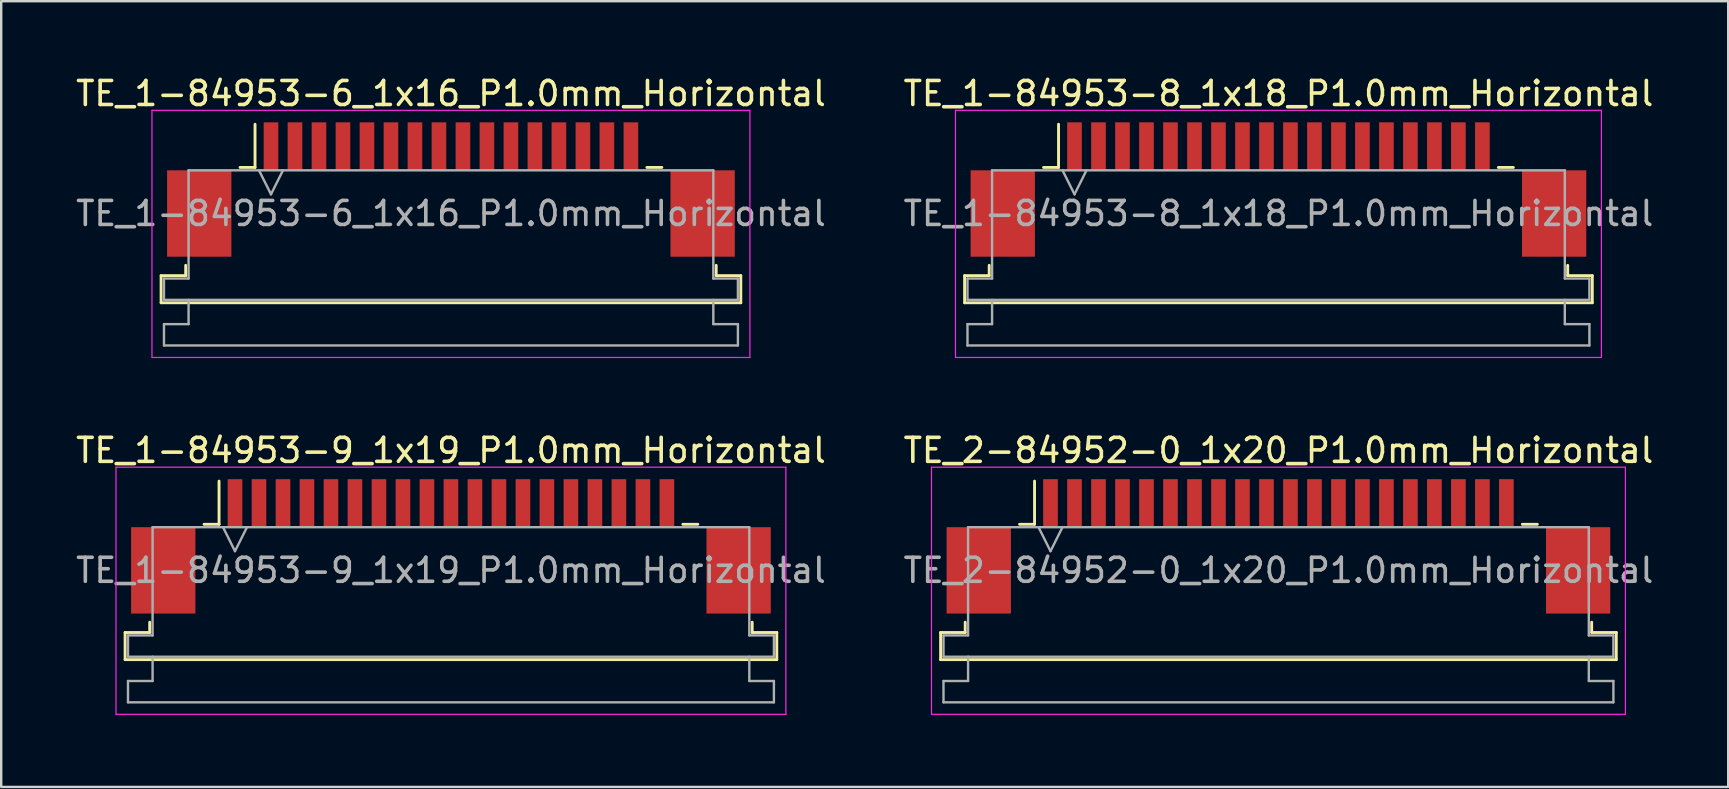
<source format=kicad_pcb>
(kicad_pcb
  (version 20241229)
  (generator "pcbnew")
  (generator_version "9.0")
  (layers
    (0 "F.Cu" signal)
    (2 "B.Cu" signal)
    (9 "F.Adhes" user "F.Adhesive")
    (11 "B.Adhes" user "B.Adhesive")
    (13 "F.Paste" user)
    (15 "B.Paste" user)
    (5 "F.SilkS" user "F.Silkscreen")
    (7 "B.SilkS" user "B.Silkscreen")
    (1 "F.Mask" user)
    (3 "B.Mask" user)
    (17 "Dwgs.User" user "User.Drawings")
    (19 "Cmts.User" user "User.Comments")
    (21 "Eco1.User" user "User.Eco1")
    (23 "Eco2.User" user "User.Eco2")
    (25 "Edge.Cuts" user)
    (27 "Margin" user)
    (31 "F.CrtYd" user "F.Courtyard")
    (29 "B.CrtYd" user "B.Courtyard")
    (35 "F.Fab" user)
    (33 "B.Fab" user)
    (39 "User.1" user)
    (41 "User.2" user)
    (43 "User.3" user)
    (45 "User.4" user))
  (footprint "TE_2-84952-0_1x20_P1.0mm_Horizontal"
    (layer "F.Cu")
    (at 50.232 19.721)
    (property "Reference" "TE_2-84952-0_1x20_P1.0mm_Horizontal" (at 0 -4 0) (layer "F.SilkS") (effects (font (size 1 1) (thickness 0.15))))
    (attr smd)
    (fp_line (start -14.08 3.59) (end -13.055 3.59) (stroke (width 0.12) (type solid)) (layer "F.SilkS"))
    (fp_line (start -14.08 4.72) (end -14.08 3.59) (stroke (width 0.12) (type solid)) (layer "F.SilkS"))
    (fp_line (start -13.055 3.59) (end -13.055 3.16) (stroke (width 0.12) (type solid)) (layer "F.SilkS"))
    (fp_line (start -10.79 -0.92) (end -10.165 -0.92) (stroke (width 0.12) (type solid)) (layer "F.SilkS"))
    (fp_line (start -10.165 -0.92) (end -10.165 -2.72) (stroke (width 0.12) (type solid)) (layer "F.SilkS"))
    (fp_line (start 10.165 -0.92) (end 10.79 -0.92) (stroke (width 0.12) (type solid)) (layer "F.SilkS"))
    (fp_line (start 13.055 3.16) (end 13.055 3.59) (stroke (width 0.12) (type solid)) (layer "F.SilkS"))
    (fp_line (start 13.055 3.59) (end 14.08 3.59) (stroke (width 0.12) (type solid)) (layer "F.SilkS"))
    (fp_line (start 14.08 3.59) (end 14.08 4.72) (stroke (width 0.12) (type solid)) (layer "F.SilkS"))
    (fp_line (start 14.08 4.72) (end -14.08 4.72) (stroke (width 0.12) (type solid)) (layer "F.SilkS"))
    (fp_line (start -14.46 -3.3) (end -14.46 7) (stroke (width 0.05) (type solid)) (layer "F.CrtYd"))
    (fp_line (start -14.46 7) (end 14.46 7) (stroke (width 0.05) (type solid)) (layer "F.CrtYd"))
    (fp_line (start 14.46 -3.3) (end -14.46 -3.3) (stroke (width 0.05) (type solid)) (layer "F.CrtYd"))
    (fp_line (start 14.46 7) (end 14.46 -3.3) (stroke (width 0.05) (type solid)) (layer "F.CrtYd"))
    (fp_line (start -13.96 3.71) (end -12.935 3.71) (stroke (width 0.1) (type solid)) (layer "F.Fab"))
    (fp_line (start -13.96 4.6) (end -13.96 3.71) (stroke (width 0.1) (type solid)) (layer "F.Fab"))
    (fp_line (start -13.96 5.61) (end -12.935 5.61) (stroke (width 0.1) (type solid)) (layer "F.Fab"))
    (fp_line (start -13.96 6.5) (end -13.96 5.61) (stroke (width 0.1) (type solid)) (layer "F.Fab"))
    (fp_line (start -12.935 -0.8) (end 12.935 -0.8) (stroke (width 0.1) (type solid)) (layer "F.Fab"))
    (fp_line (start -12.935 3.71) (end -12.935 -0.8) (stroke (width 0.1) (type solid)) (layer "F.Fab"))
    (fp_line (start -12.935 5.61) (end -12.935 4.6) (stroke (width 0.1) (type solid)) (layer "F.Fab"))
    (fp_line (start -10 -0.8) (end -9.5 0.2) (stroke (width 0.1) (type solid)) (layer "F.Fab"))
    (fp_line (start -9.5 0.2) (end -9 -0.8) (stroke (width 0.1) (type solid)) (layer "F.Fab"))
    (fp_line (start 12.935 -0.8) (end 12.935 3.71) (stroke (width 0.1) (type solid)) (layer "F.Fab"))
    (fp_line (start 12.935 3.71) (end 13.96 3.71) (stroke (width 0.1) (type solid)) (layer "F.Fab"))
    (fp_line (start 12.935 4.6) (end 12.935 5.61) (stroke (width 0.1) (type solid)) (layer "F.Fab"))
    (fp_line (start 12.935 5.61) (end 13.96 5.61) (stroke (width 0.1) (type solid)) (layer "F.Fab"))
    (fp_line (start 13.96 3.71) (end 13.96 4.6) (stroke (width 0.1) (type solid)) (layer "F.Fab"))
    (fp_line (start 13.96 4.6) (end -13.96 4.6) (stroke (width 0.1) (type solid)) (layer "F.Fab"))
    (fp_line (start 13.96 5.61) (end 13.96 6.5) (stroke (width 0.1) (type solid)) (layer "F.Fab"))
    (fp_line (start 13.96 6.5) (end -13.96 6.5) (stroke (width 0.1) (type solid)) (layer "F.Fab"))
    (fp_text user "${REFERENCE}" (at 0 1 0) (layer "F.Fab") (effects (font (size 1 1) (thickness 0.15))))
    (pad "" smd rect (at -12.49 1) (size 2.68 3.6) (layers "F.Cu" "F.Mask" "F.Paste"))
    (pad "" smd rect (at 12.49 1) (size 2.68 3.6) (layers "F.Cu" "F.Mask" "F.Paste"))
    (pad "1" smd rect (at -9.5 -1.8) (size 0.61 2) (layers "F.Cu" "F.Mask" "F.Paste"))
    (pad "2" smd rect (at -8.5 -1.8) (size 0.61 2) (layers "F.Cu" "F.Mask" "F.Paste"))
    (pad "3" smd rect (at -7.5 -1.8) (size 0.61 2) (layers "F.Cu" "F.Mask" "F.Paste"))
    (pad "4" smd rect (at -6.5 -1.8) (size 0.61 2) (layers "F.Cu" "F.Mask" "F.Paste"))
    (pad "5" smd rect (at -5.5 -1.8) (size 0.61 2) (layers "F.Cu" "F.Mask" "F.Paste"))
    (pad "6" smd rect (at -4.5 -1.8) (size 0.61 2) (layers "F.Cu" "F.Mask" "F.Paste"))
    (pad "7" smd rect (at -3.5 -1.8) (size 0.61 2) (layers "F.Cu" "F.Mask" "F.Paste"))
    (pad "8" smd rect (at -2.5 -1.8) (size 0.61 2) (layers "F.Cu" "F.Mask" "F.Paste"))
    (pad "9" smd rect (at -1.5 -1.8) (size 0.61 2) (layers "F.Cu" "F.Mask" "F.Paste"))
    (pad "10" smd rect (at -0.5 -1.8) (size 0.61 2) (layers "F.Cu" "F.Mask" "F.Paste"))
    (pad "11" smd rect (at 0.5 -1.8) (size 0.61 2) (layers "F.Cu" "F.Mask" "F.Paste"))
    (pad "12" smd rect (at 1.5 -1.8) (size 0.61 2) (layers "F.Cu" "F.Mask" "F.Paste"))
    (pad "13" smd rect (at 2.5 -1.8) (size 0.61 2) (layers "F.Cu" "F.Mask" "F.Paste"))
    (pad "14" smd rect (at 3.5 -1.8) (size 0.61 2) (layers "F.Cu" "F.Mask" "F.Paste"))
    (pad "15" smd rect (at 4.5 -1.8) (size 0.61 2) (layers "F.Cu" "F.Mask" "F.Paste"))
    (pad "16" smd rect (at 5.5 -1.8) (size 0.61 2) (layers "F.Cu" "F.Mask" "F.Paste"))
    (pad "17" smd rect (at 6.5 -1.8) (size 0.61 2) (layers "F.Cu" "F.Mask" "F.Paste"))
    (pad "18" smd rect (at 7.5 -1.8) (size 0.61 2) (layers "F.Cu" "F.Mask" "F.Paste"))
    (pad "19" smd rect (at 8.5 -1.8) (size 0.61 2) (layers "F.Cu" "F.Mask" "F.Paste"))
    (pad "20" smd rect (at 9.5 -1.8) (size 0.61 2) (layers "F.Cu" "F.Mask" "F.Paste")))
  (footprint "TE_1-84953-6_1x16_P1.0mm_Horizontal"
    (layer "F.Cu")
    (at 15.744 4.848)
    (property "Reference" "TE_1-84953-6_1x16_P1.0mm_Horizontal" (at 0 -4 0) (layer "F.SilkS") (effects (font (size 1 1) (thickness 0.15))))
    (attr smd)
    (fp_line (start -12.08 3.59) (end -11.055 3.59) (stroke (width 0.12) (type solid)) (layer "F.SilkS"))
    (fp_line (start -12.08 4.72) (end -12.08 3.59) (stroke (width 0.12) (type solid)) (layer "F.SilkS"))
    (fp_line (start -11.055 3.59) (end -11.055 3.16) (stroke (width 0.12) (type solid)) (layer "F.SilkS"))
    (fp_line (start -8.79 -0.92) (end -8.165 -0.92) (stroke (width 0.12) (type solid)) (layer "F.SilkS"))
    (fp_line (start -8.165 -0.92) (end -8.165 -2.72) (stroke (width 0.12) (type solid)) (layer "F.SilkS"))
    (fp_line (start 8.165 -0.92) (end 8.79 -0.92) (stroke (width 0.12) (type solid)) (layer "F.SilkS"))
    (fp_line (start 11.055 3.16) (end 11.055 3.59) (stroke (width 0.12) (type solid)) (layer "F.SilkS"))
    (fp_line (start 11.055 3.59) (end 12.08 3.59) (stroke (width 0.12) (type solid)) (layer "F.SilkS"))
    (fp_line (start 12.08 3.59) (end 12.08 4.72) (stroke (width 0.12) (type solid)) (layer "F.SilkS"))
    (fp_line (start 12.08 4.72) (end -12.08 4.72) (stroke (width 0.12) (type solid)) (layer "F.SilkS"))
    (fp_line (start -12.46 -3.3) (end -12.46 7) (stroke (width 0.05) (type solid)) (layer "F.CrtYd"))
    (fp_line (start -12.46 7) (end 12.46 7) (stroke (width 0.05) (type solid)) (layer "F.CrtYd"))
    (fp_line (start 12.46 -3.3) (end -12.46 -3.3) (stroke (width 0.05) (type solid)) (layer "F.CrtYd"))
    (fp_line (start 12.46 7) (end 12.46 -3.3) (stroke (width 0.05) (type solid)) (layer "F.CrtYd"))
    (fp_line (start -11.96 3.71) (end -10.935 3.71) (stroke (width 0.1) (type solid)) (layer "F.Fab"))
    (fp_line (start -11.96 4.6) (end -11.96 3.71) (stroke (width 0.1) (type solid)) (layer "F.Fab"))
    (fp_line (start -11.96 5.61) (end -10.935 5.61) (stroke (width 0.1) (type solid)) (layer "F.Fab"))
    (fp_line (start -11.96 6.5) (end -11.96 5.61) (stroke (width 0.1) (type solid)) (layer "F.Fab"))
    (fp_line (start -10.935 -0.8) (end 10.935 -0.8) (stroke (width 0.1) (type solid)) (layer "F.Fab"))
    (fp_line (start -10.935 3.71) (end -10.935 -0.8) (stroke (width 0.1) (type solid)) (layer "F.Fab"))
    (fp_line (start -10.935 5.61) (end -10.935 4.6) (stroke (width 0.1) (type solid)) (layer "F.Fab"))
    (fp_line (start -8 -0.8) (end -7.5 0.2) (stroke (width 0.1) (type solid)) (layer "F.Fab"))
    (fp_line (start -7.5 0.2) (end -7 -0.8) (stroke (width 0.1) (type solid)) (layer "F.Fab"))
    (fp_line (start 10.935 -0.8) (end 10.935 3.71) (stroke (width 0.1) (type solid)) (layer "F.Fab"))
    (fp_line (start 10.935 3.71) (end 11.96 3.71) (stroke (width 0.1) (type solid)) (layer "F.Fab"))
    (fp_line (start 10.935 4.6) (end 10.935 5.61) (stroke (width 0.1) (type solid)) (layer "F.Fab"))
    (fp_line (start 10.935 5.61) (end 11.96 5.61) (stroke (width 0.1) (type solid)) (layer "F.Fab"))
    (fp_line (start 11.96 3.71) (end 11.96 4.6) (stroke (width 0.1) (type solid)) (layer "F.Fab"))
    (fp_line (start 11.96 4.6) (end -11.96 4.6) (stroke (width 0.1) (type solid)) (layer "F.Fab"))
    (fp_line (start 11.96 5.61) (end 11.96 6.5) (stroke (width 0.1) (type solid)) (layer "F.Fab"))
    (fp_line (start 11.96 6.5) (end -11.96 6.5) (stroke (width 0.1) (type solid)) (layer "F.Fab"))
    (fp_text user "${REFERENCE}" (at 0 1 0) (layer "F.Fab") (effects (font (size 1 1) (thickness 0.15))))
    (pad "" smd rect (at -10.49 1) (size 2.68 3.6) (layers "F.Cu" "F.Mask" "F.Paste"))
    (pad "" smd rect (at 10.49 1) (size 2.68 3.6) (layers "F.Cu" "F.Mask" "F.Paste"))
    (pad "1" smd rect (at -7.5 -1.8) (size 0.61 2) (layers "F.Cu" "F.Mask" "F.Paste"))
    (pad "2" smd rect (at -6.5 -1.8) (size 0.61 2) (layers "F.Cu" "F.Mask" "F.Paste"))
    (pad "3" smd rect (at -5.5 -1.8) (size 0.61 2) (layers "F.Cu" "F.Mask" "F.Paste"))
    (pad "4" smd rect (at -4.5 -1.8) (size 0.61 2) (layers "F.Cu" "F.Mask" "F.Paste"))
    (pad "5" smd rect (at -3.5 -1.8) (size 0.61 2) (layers "F.Cu" "F.Mask" "F.Paste"))
    (pad "6" smd rect (at -2.5 -1.8) (size 0.61 2) (layers "F.Cu" "F.Mask" "F.Paste"))
    (pad "7" smd rect (at -1.5 -1.8) (size 0.61 2) (layers "F.Cu" "F.Mask" "F.Paste"))
    (pad "8" smd rect (at -0.5 -1.8) (size 0.61 2) (layers "F.Cu" "F.Mask" "F.Paste"))
    (pad "9" smd rect (at 0.5 -1.8) (size 0.61 2) (layers "F.Cu" "F.Mask" "F.Paste"))
    (pad "10" smd rect (at 1.5 -1.8) (size 0.61 2) (layers "F.Cu" "F.Mask" "F.Paste"))
    (pad "11" smd rect (at 2.5 -1.8) (size 0.61 2) (layers "F.Cu" "F.Mask" "F.Paste"))
    (pad "12" smd rect (at 3.5 -1.8) (size 0.61 2) (layers "F.Cu" "F.Mask" "F.Paste"))
    (pad "13" smd rect (at 4.5 -1.8) (size 0.61 2) (layers "F.Cu" "F.Mask" "F.Paste"))
    (pad "14" smd rect (at 5.5 -1.8) (size 0.61 2) (layers "F.Cu" "F.Mask" "F.Paste"))
    (pad "15" smd rect (at 6.5 -1.8) (size 0.61 2) (layers "F.Cu" "F.Mask" "F.Paste"))
    (pad "16" smd rect (at 7.5 -1.8) (size 0.61 2) (layers "F.Cu" "F.Mask" "F.Paste")))
  (footprint "TE_1-84953-9_1x19_P1.0mm_Horizontal"
    (layer "F.Cu")
    (at 15.744 19.721)
    (property "Reference" "TE_1-84953-9_1x19_P1.0mm_Horizontal" (at 0 -4 0) (layer "F.SilkS") (effects (font (size 1 1) (thickness 0.15))))
    (attr smd)
    (fp_line (start -13.58 3.59) (end -12.555 3.59) (stroke (width 0.12) (type solid)) (layer "F.SilkS"))
    (fp_line (start -13.58 4.72) (end -13.58 3.59) (stroke (width 0.12) (type solid)) (layer "F.SilkS"))
    (fp_line (start -12.555 3.59) (end -12.555 3.16) (stroke (width 0.12) (type solid)) (layer "F.SilkS"))
    (fp_line (start -10.29 -0.92) (end -9.665 -0.92) (stroke (width 0.12) (type solid)) (layer "F.SilkS"))
    (fp_line (start -9.665 -0.92) (end -9.665 -2.72) (stroke (width 0.12) (type solid)) (layer "F.SilkS"))
    (fp_line (start 9.665 -0.92) (end 10.29 -0.92) (stroke (width 0.12) (type solid)) (layer "F.SilkS"))
    (fp_line (start 12.555 3.16) (end 12.555 3.59) (stroke (width 0.12) (type solid)) (layer "F.SilkS"))
    (fp_line (start 12.555 3.59) (end 13.58 3.59) (stroke (width 0.12) (type solid)) (layer "F.SilkS"))
    (fp_line (start 13.58 3.59) (end 13.58 4.72) (stroke (width 0.12) (type solid)) (layer "F.SilkS"))
    (fp_line (start 13.58 4.72) (end -13.58 4.72) (stroke (width 0.12) (type solid)) (layer "F.SilkS"))
    (fp_line (start -13.96 -3.3) (end -13.96 7) (stroke (width 0.05) (type solid)) (layer "F.CrtYd"))
    (fp_line (start -13.96 7) (end 13.96 7) (stroke (width 0.05) (type solid)) (layer "F.CrtYd"))
    (fp_line (start 13.96 -3.3) (end -13.96 -3.3) (stroke (width 0.05) (type solid)) (layer "F.CrtYd"))
    (fp_line (start 13.96 7) (end 13.96 -3.3) (stroke (width 0.05) (type solid)) (layer "F.CrtYd"))
    (fp_line (start -13.46 3.71) (end -12.435 3.71) (stroke (width 0.1) (type solid)) (layer "F.Fab"))
    (fp_line (start -13.46 4.6) (end -13.46 3.71) (stroke (width 0.1) (type solid)) (layer "F.Fab"))
    (fp_line (start -13.46 5.61) (end -12.435 5.61) (stroke (width 0.1) (type solid)) (layer "F.Fab"))
    (fp_line (start -13.46 6.5) (end -13.46 5.61) (stroke (width 0.1) (type solid)) (layer "F.Fab"))
    (fp_line (start -12.435 -0.8) (end 12.435 -0.8) (stroke (width 0.1) (type solid)) (layer "F.Fab"))
    (fp_line (start -12.435 3.71) (end -12.435 -0.8) (stroke (width 0.1) (type solid)) (layer "F.Fab"))
    (fp_line (start -12.435 5.61) (end -12.435 4.6) (stroke (width 0.1) (type solid)) (layer "F.Fab"))
    (fp_line (start -9.5 -0.8) (end -9 0.2) (stroke (width 0.1) (type solid)) (layer "F.Fab"))
    (fp_line (start -9 0.2) (end -8.5 -0.8) (stroke (width 0.1) (type solid)) (layer "F.Fab"))
    (fp_line (start 12.435 -0.8) (end 12.435 3.71) (stroke (width 0.1) (type solid)) (layer "F.Fab"))
    (fp_line (start 12.435 3.71) (end 13.46 3.71) (stroke (width 0.1) (type solid)) (layer "F.Fab"))
    (fp_line (start 12.435 4.6) (end 12.435 5.61) (stroke (width 0.1) (type solid)) (layer "F.Fab"))
    (fp_line (start 12.435 5.61) (end 13.46 5.61) (stroke (width 0.1) (type solid)) (layer "F.Fab"))
    (fp_line (start 13.46 3.71) (end 13.46 4.6) (stroke (width 0.1) (type solid)) (layer "F.Fab"))
    (fp_line (start 13.46 4.6) (end -13.46 4.6) (stroke (width 0.1) (type solid)) (layer "F.Fab"))
    (fp_line (start 13.46 5.61) (end 13.46 6.5) (stroke (width 0.1) (type solid)) (layer "F.Fab"))
    (fp_line (start 13.46 6.5) (end -13.46 6.5) (stroke (width 0.1) (type solid)) (layer "F.Fab"))
    (fp_text user "${REFERENCE}" (at 0 1 0) (layer "F.Fab") (effects (font (size 1 1) (thickness 0.15))))
    (pad "" smd rect (at -11.99 1) (size 2.68 3.6) (layers "F.Cu" "F.Mask" "F.Paste"))
    (pad "" smd rect (at 11.99 1) (size 2.68 3.6) (layers "F.Cu" "F.Mask" "F.Paste"))
    (pad "1" smd rect (at -9 -1.8) (size 0.61 2) (layers "F.Cu" "F.Mask" "F.Paste"))
    (pad "2" smd rect (at -8 -1.8) (size 0.61 2) (layers "F.Cu" "F.Mask" "F.Paste"))
    (pad "3" smd rect (at -7 -1.8) (size 0.61 2) (layers "F.Cu" "F.Mask" "F.Paste"))
    (pad "4" smd rect (at -6 -1.8) (size 0.61 2) (layers "F.Cu" "F.Mask" "F.Paste"))
    (pad "5" smd rect (at -5 -1.8) (size 0.61 2) (layers "F.Cu" "F.Mask" "F.Paste"))
    (pad "6" smd rect (at -4 -1.8) (size 0.61 2) (layers "F.Cu" "F.Mask" "F.Paste"))
    (pad "7" smd rect (at -3 -1.8) (size 0.61 2) (layers "F.Cu" "F.Mask" "F.Paste"))
    (pad "8" smd rect (at -2 -1.8) (size 0.61 2) (layers "F.Cu" "F.Mask" "F.Paste"))
    (pad "9" smd rect (at -1 -1.8) (size 0.61 2) (layers "F.Cu" "F.Mask" "F.Paste"))
    (pad "10" smd rect (at 0 -1.8) (size 0.61 2) (layers "F.Cu" "F.Mask" "F.Paste"))
    (pad "11" smd rect (at 1 -1.8) (size 0.61 2) (layers "F.Cu" "F.Mask" "F.Paste"))
    (pad "12" smd rect (at 2 -1.8) (size 0.61 2) (layers "F.Cu" "F.Mask" "F.Paste"))
    (pad "13" smd rect (at 3 -1.8) (size 0.61 2) (layers "F.Cu" "F.Mask" "F.Paste"))
    (pad "14" smd rect (at 4 -1.8) (size 0.61 2) (layers "F.Cu" "F.Mask" "F.Paste"))
    (pad "15" smd rect (at 5 -1.8) (size 0.61 2) (layers "F.Cu" "F.Mask" "F.Paste"))
    (pad "16" smd rect (at 6 -1.8) (size 0.61 2) (layers "F.Cu" "F.Mask" "F.Paste"))
    (pad "17" smd rect (at 7 -1.8) (size 0.61 2) (layers "F.Cu" "F.Mask" "F.Paste"))
    (pad "18" smd rect (at 8 -1.8) (size 0.61 2) (layers "F.Cu" "F.Mask" "F.Paste"))
    (pad "19" smd rect (at 9 -1.8) (size 0.61 2) (layers "F.Cu" "F.Mask" "F.Paste")))
  (footprint "TE_1-84953-8_1x18_P1.0mm_Horizontal"
    (layer "F.Cu")
    (at 50.232 4.848)
    (property "Reference" "TE_1-84953-8_1x18_P1.0mm_Horizontal" (at 0 -4 0) (layer "F.SilkS") (effects (font (size 1 1) (thickness 0.15))))
    (attr smd)
    (fp_line (start -13.08 3.59) (end -12.055 3.59) (stroke (width 0.12) (type solid)) (layer "F.SilkS"))
    (fp_line (start -13.08 4.72) (end -13.08 3.59) (stroke (width 0.12) (type solid)) (layer "F.SilkS"))
    (fp_line (start -12.055 3.59) (end -12.055 3.16) (stroke (width 0.12) (type solid)) (layer "F.SilkS"))
    (fp_line (start -9.79 -0.92) (end -9.165 -0.92) (stroke (width 0.12) (type solid)) (layer "F.SilkS"))
    (fp_line (start -9.165 -0.92) (end -9.165 -2.72) (stroke (width 0.12) (type solid)) (layer "F.SilkS"))
    (fp_line (start 9.165 -0.92) (end 9.79 -0.92) (stroke (width 0.12) (type solid)) (layer "F.SilkS"))
    (fp_line (start 12.055 3.16) (end 12.055 3.59) (stroke (width 0.12) (type solid)) (layer "F.SilkS"))
    (fp_line (start 12.055 3.59) (end 13.08 3.59) (stroke (width 0.12) (type solid)) (layer "F.SilkS"))
    (fp_line (start 13.08 3.59) (end 13.08 4.72) (stroke (width 0.12) (type solid)) (layer "F.SilkS"))
    (fp_line (start 13.08 4.72) (end -13.08 4.72) (stroke (width 0.12) (type solid)) (layer "F.SilkS"))
    (fp_line (start -13.46 -3.3) (end -13.46 7) (stroke (width 0.05) (type solid)) (layer "F.CrtYd"))
    (fp_line (start -13.46 7) (end 13.46 7) (stroke (width 0.05) (type solid)) (layer "F.CrtYd"))
    (fp_line (start 13.46 -3.3) (end -13.46 -3.3) (stroke (width 0.05) (type solid)) (layer "F.CrtYd"))
    (fp_line (start 13.46 7) (end 13.46 -3.3) (stroke (width 0.05) (type solid)) (layer "F.CrtYd"))
    (fp_line (start -12.96 3.71) (end -11.935 3.71) (stroke (width 0.1) (type solid)) (layer "F.Fab"))
    (fp_line (start -12.96 4.6) (end -12.96 3.71) (stroke (width 0.1) (type solid)) (layer "F.Fab"))
    (fp_line (start -12.96 5.61) (end -11.935 5.61) (stroke (width 0.1) (type solid)) (layer "F.Fab"))
    (fp_line (start -12.96 6.5) (end -12.96 5.61) (stroke (width 0.1) (type solid)) (layer "F.Fab"))
    (fp_line (start -11.935 -0.8) (end 11.935 -0.8) (stroke (width 0.1) (type solid)) (layer "F.Fab"))
    (fp_line (start -11.935 3.71) (end -11.935 -0.8) (stroke (width 0.1) (type solid)) (layer "F.Fab"))
    (fp_line (start -11.935 5.61) (end -11.935 4.6) (stroke (width 0.1) (type solid)) (layer "F.Fab"))
    (fp_line (start -9 -0.8) (end -8.5 0.2) (stroke (width 0.1) (type solid)) (layer "F.Fab"))
    (fp_line (start -8.5 0.2) (end -8 -0.8) (stroke (width 0.1) (type solid)) (layer "F.Fab"))
    (fp_line (start 11.935 -0.8) (end 11.935 3.71) (stroke (width 0.1) (type solid)) (layer "F.Fab"))
    (fp_line (start 11.935 3.71) (end 12.96 3.71) (stroke (width 0.1) (type solid)) (layer "F.Fab"))
    (fp_line (start 11.935 4.6) (end 11.935 5.61) (stroke (width 0.1) (type solid)) (layer "F.Fab"))
    (fp_line (start 11.935 5.61) (end 12.96 5.61) (stroke (width 0.1) (type solid)) (layer "F.Fab"))
    (fp_line (start 12.96 3.71) (end 12.96 4.6) (stroke (width 0.1) (type solid)) (layer "F.Fab"))
    (fp_line (start 12.96 4.6) (end -12.96 4.6) (stroke (width 0.1) (type solid)) (layer "F.Fab"))
    (fp_line (start 12.96 5.61) (end 12.96 6.5) (stroke (width 0.1) (type solid)) (layer "F.Fab"))
    (fp_line (start 12.96 6.5) (end -12.96 6.5) (stroke (width 0.1) (type solid)) (layer "F.Fab"))
    (fp_text user "${REFERENCE}" (at 0 1 0) (layer "F.Fab") (effects (font (size 1 1) (thickness 0.15))))
    (pad "" smd rect (at -11.49 1) (size 2.68 3.6) (layers "F.Cu" "F.Mask" "F.Paste"))
    (pad "" smd rect (at 11.49 1) (size 2.68 3.6) (layers "F.Cu" "F.Mask" "F.Paste"))
    (pad "1" smd rect (at -8.5 -1.8) (size 0.61 2) (layers "F.Cu" "F.Mask" "F.Paste"))
    (pad "2" smd rect (at -7.5 -1.8) (size 0.61 2) (layers "F.Cu" "F.Mask" "F.Paste"))
    (pad "3" smd rect (at -6.5 -1.8) (size 0.61 2) (layers "F.Cu" "F.Mask" "F.Paste"))
    (pad "4" smd rect (at -5.5 -1.8) (size 0.61 2) (layers "F.Cu" "F.Mask" "F.Paste"))
    (pad "5" smd rect (at -4.5 -1.8) (size 0.61 2) (layers "F.Cu" "F.Mask" "F.Paste"))
    (pad "6" smd rect (at -3.5 -1.8) (size 0.61 2) (layers "F.Cu" "F.Mask" "F.Paste"))
    (pad "7" smd rect (at -2.5 -1.8) (size 0.61 2) (layers "F.Cu" "F.Mask" "F.Paste"))
    (pad "8" smd rect (at -1.5 -1.8) (size 0.61 2) (layers "F.Cu" "F.Mask" "F.Paste"))
    (pad "9" smd rect (at -0.5 -1.8) (size 0.61 2) (layers "F.Cu" "F.Mask" "F.Paste"))
    (pad "10" smd rect (at 0.5 -1.8) (size 0.61 2) (layers "F.Cu" "F.Mask" "F.Paste"))
    (pad "11" smd rect (at 1.5 -1.8) (size 0.61 2) (layers "F.Cu" "F.Mask" "F.Paste"))
    (pad "12" smd rect (at 2.5 -1.8) (size 0.61 2) (layers "F.Cu" "F.Mask" "F.Paste"))
    (pad "13" smd rect (at 3.5 -1.8) (size 0.61 2) (layers "F.Cu" "F.Mask" "F.Paste"))
    (pad "14" smd rect (at 4.5 -1.8) (size 0.61 2) (layers "F.Cu" "F.Mask" "F.Paste"))
    (pad "15" smd rect (at 5.5 -1.8) (size 0.61 2) (layers "F.Cu" "F.Mask" "F.Paste"))
    (pad "16" smd rect (at 6.5 -1.8) (size 0.61 2) (layers "F.Cu" "F.Mask" "F.Paste"))
    (pad "17" smd rect (at 7.5 -1.8) (size 0.61 2) (layers "F.Cu" "F.Mask" "F.Paste"))
    (pad "18" smd rect (at 8.5 -1.8) (size 0.61 2) (layers "F.Cu" "F.Mask" "F.Paste")))
  (gr_rect
    (start -3 -3)
    (end 68.976 29.747)
    (stroke (width 0.1) (type default))
    (fill no)
    (layer "Edge.Cuts")))
</source>
